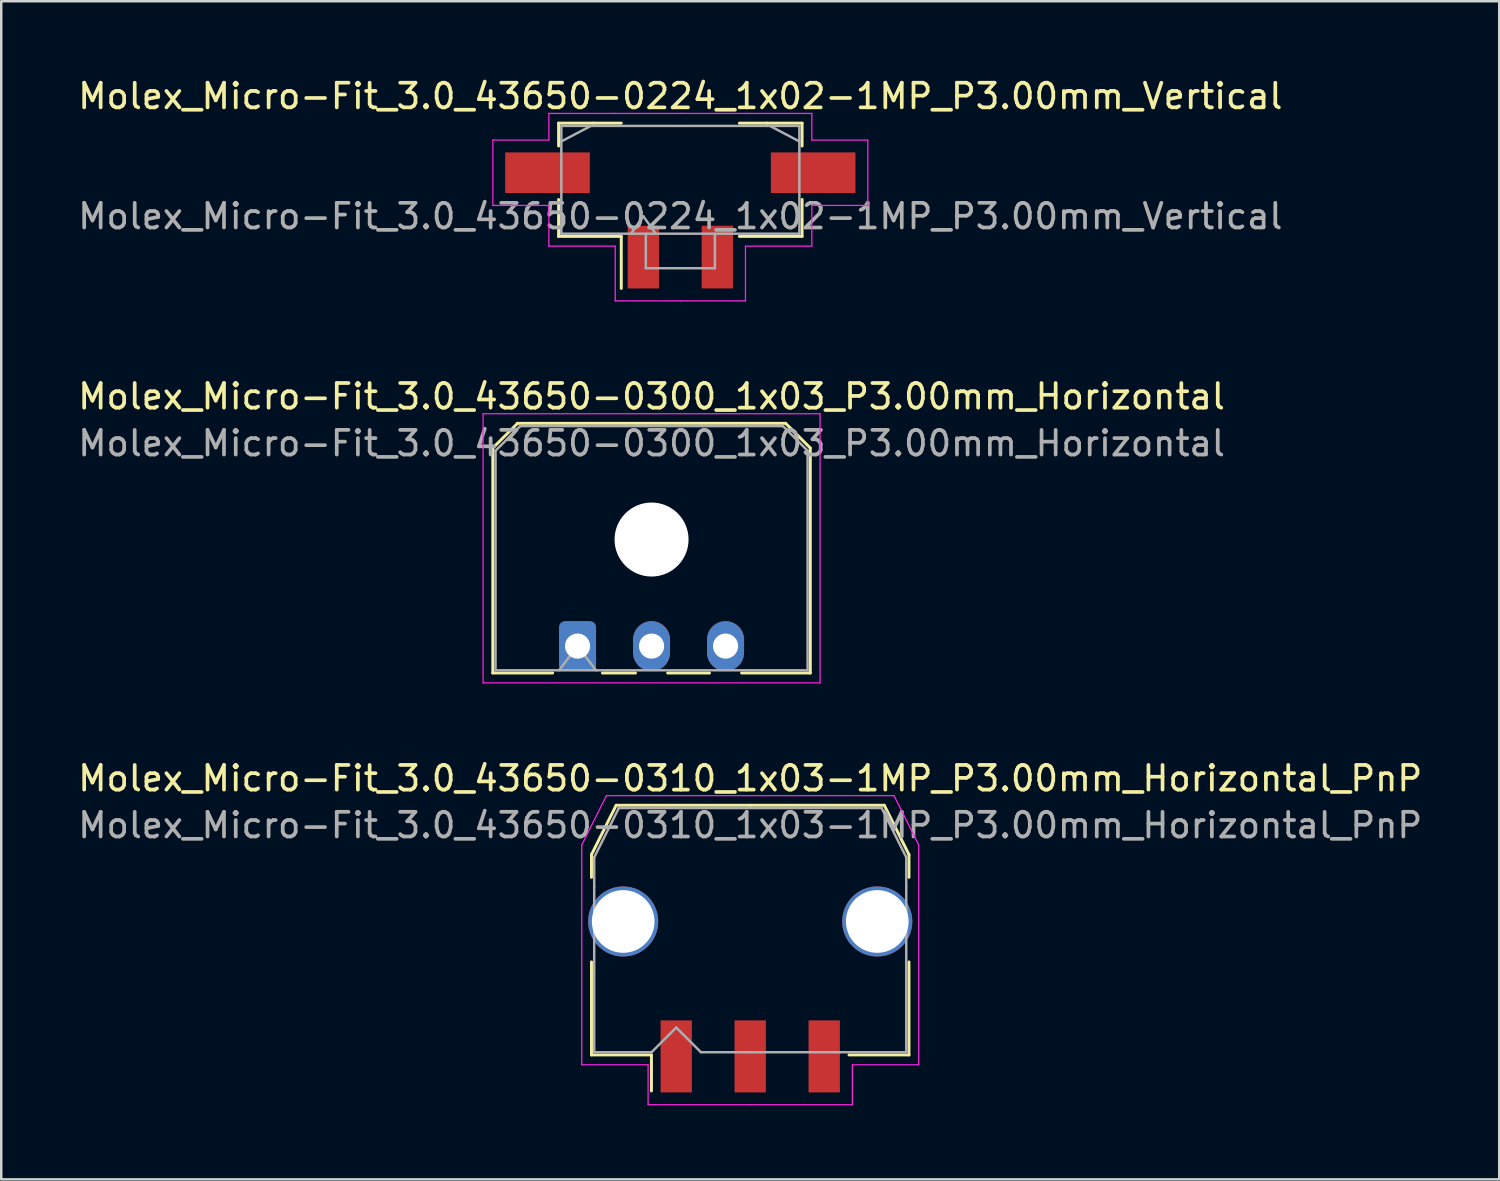
<source format=kicad_pcb>
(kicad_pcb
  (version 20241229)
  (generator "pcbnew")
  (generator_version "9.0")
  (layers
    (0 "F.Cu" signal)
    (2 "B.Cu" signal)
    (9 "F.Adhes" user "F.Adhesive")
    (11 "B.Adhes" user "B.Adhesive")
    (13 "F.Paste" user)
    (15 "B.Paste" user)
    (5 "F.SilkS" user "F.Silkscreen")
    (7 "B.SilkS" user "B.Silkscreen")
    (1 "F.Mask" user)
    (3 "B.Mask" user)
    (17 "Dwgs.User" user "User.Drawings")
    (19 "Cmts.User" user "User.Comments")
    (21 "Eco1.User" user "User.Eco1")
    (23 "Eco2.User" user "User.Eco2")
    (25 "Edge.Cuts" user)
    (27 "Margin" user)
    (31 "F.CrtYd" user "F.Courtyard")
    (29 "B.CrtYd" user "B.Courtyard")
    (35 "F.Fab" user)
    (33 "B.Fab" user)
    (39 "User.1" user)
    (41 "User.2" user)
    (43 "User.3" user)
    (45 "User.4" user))
  (footprint "Molex_Micro-Fit_3.0_43650-0300_1x03_P3.00mm_Horizontal"
    (layer "F.Cu")
    (at 20.363 23.142)
    (property "Reference" "Molex_Micro-Fit_3.0_43650-0300_1x03_P3.00mm_Horizontal" (at 3 -10.12 0) (layer "F.SilkS") (effects (font (size 1 1) (thickness 0.15))))
    (attr through_hole)
    (fp_line (start -3.435 -8.03) (end -2.435 -9.03) (stroke (width 0.12) (type solid)) (layer "F.SilkS"))
    (fp_line (start -3.435 1.09) (end -3.435 -8.03) (stroke (width 0.12) (type solid)) (layer "F.SilkS"))
    (fp_line (start -3.435 1.09) (end -1.01 1.09) (stroke (width 0.12) (type solid)) (layer "F.SilkS"))
    (fp_line (start -2.435 -9.03) (end 8.435 -9.03) (stroke (width 0.12) (type solid)) (layer "F.SilkS"))
    (fp_line (start 1.01 1.09) (end 2.348 1.09) (stroke (width 0.12) (type solid)) (layer "F.SilkS"))
    (fp_line (start 3.652 1.09) (end 5.348 1.09) (stroke (width 0.12) (type solid)) (layer "F.SilkS"))
    (fp_line (start 8.435 -9.03) (end 9.435 -8.03) (stroke (width 0.12) (type solid)) (layer "F.SilkS"))
    (fp_line (start 9.435 -8.03) (end 9.435 1.09) (stroke (width 0.12) (type solid)) (layer "F.SilkS"))
    (fp_line (start 9.435 1.09) (end 6.652 1.09) (stroke (width 0.12) (type solid)) (layer "F.SilkS"))
    (fp_line (start -3.83 -9.42) (end 9.83 -9.42) (stroke (width 0.05) (type solid)) (layer "F.CrtYd"))
    (fp_line (start -3.83 1.49) (end -3.83 -9.42) (stroke (width 0.05) (type solid)) (layer "F.CrtYd"))
    (fp_line (start 9.83 -9.42) (end 9.83 1.49) (stroke (width 0.05) (type solid)) (layer "F.CrtYd"))
    (fp_line (start 9.83 1.49) (end -3.83 1.49) (stroke (width 0.05) (type solid)) (layer "F.CrtYd"))
    (fp_line (start -3.325 -7.92) (end -2.325 -8.92) (stroke (width 0.1) (type solid)) (layer "F.Fab"))
    (fp_line (start -3.325 0.98) (end -3.325 -7.92) (stroke (width 0.1) (type solid)) (layer "F.Fab"))
    (fp_line (start -2.325 -8.92) (end 8.325 -8.92) (stroke (width 0.1) (type solid)) (layer "F.Fab"))
    (fp_line (start -0.75 0.98) (end 0 0) (stroke (width 0.1) (type solid)) (layer "F.Fab"))
    (fp_line (start 0 0) (end 0.75 0.98) (stroke (width 0.1) (type solid)) (layer "F.Fab"))
    (fp_line (start 8.325 -8.92) (end 9.325 -7.92) (stroke (width 0.1) (type solid)) (layer "F.Fab"))
    (fp_line (start 9.325 -7.92) (end 9.325 0.98) (stroke (width 0.1) (type solid)) (layer "F.Fab"))
    (fp_line (start 9.325 0.98) (end -3.325 0.98) (stroke (width 0.1) (type solid)) (layer "F.Fab"))
    (fp_text user "${REFERENCE}" (at 3 -8.22 0) (layer "F.Fab") (effects (font (size 1 1) (thickness 0.15))))
    (pad "" np_thru_hole circle (at 3 -4.32) (size 3 3) (drill 3) (layers "*.Cu" "*.Mask"))
    (pad "1" thru_hole roundrect (at 0 0) (size 1.5 2.02) (drill 1.02) (layers "*.Cu" "*.Mask") (roundrect_rratio 0.167))
    (pad "2" thru_hole oval (at 3 0) (size 1.5 2.02) (drill 1.02) (layers "*.Cu" "*.Mask"))
    (pad "3" thru_hole oval (at 6 0) (size 1.5 2.02) (drill 1.02) (layers "*.Cu" "*.Mask")))
  (footprint "Molex_Micro-Fit_3.0_43650-0224_1x02-1MP_P3.00mm_Vertical"
    (layer "F.Cu")
    (at 24.53 4.238)
    (property "Reference" "Molex_Micro-Fit_3.0_43650-0224_1x02-1MP_P3.00mm_Vertical" (at 0 -3.39 0) (layer "F.SilkS") (effects (font (size 1 1) (thickness 0.15))))
    (attr smd)
    (fp_line (start -4.935 -2.295) (end -3.515 -2.295) (stroke (width 0.12) (type solid)) (layer "F.SilkS"))
    (fp_line (start -4.935 -1.37) (end -4.935 -2.295) (stroke (width 0.12) (type solid)) (layer "F.SilkS"))
    (fp_line (start -4.935 0.8) (end -4.935 2.295) (stroke (width 0.12) (type solid)) (layer "F.SilkS"))
    (fp_line (start -4.935 2.295) (end -2.395 2.295) (stroke (width 0.12) (type solid)) (layer "F.SilkS"))
    (fp_line (start -3.515 -2.295) (end -2.395 -2.295) (stroke (width 0.12) (type solid)) (layer "F.SilkS"))
    (fp_line (start -2.395 2.295) (end -2.395 4.405) (stroke (width 0.12) (type solid)) (layer "F.SilkS"))
    (fp_line (start 3.515 -2.295) (end 2.395 -2.295) (stroke (width 0.12) (type solid)) (layer "F.SilkS"))
    (fp_line (start 4.935 -2.295) (end 3.515 -2.295) (stroke (width 0.12) (type solid)) (layer "F.SilkS"))
    (fp_line (start 4.935 -1.37) (end 4.935 -2.295) (stroke (width 0.12) (type solid)) (layer "F.SilkS"))
    (fp_line (start 4.935 0.8) (end 4.935 2.295) (stroke (width 0.12) (type solid)) (layer "F.SilkS"))
    (fp_line (start 4.935 2.295) (end 2.395 2.295) (stroke (width 0.12) (type solid)) (layer "F.SilkS"))
    (fp_line (start -7.6 -1.61) (end -7.6 1.04) (stroke (width 0.05) (type solid)) (layer "F.CrtYd"))
    (fp_line (start -7.6 1.04) (end -5.33 1.04) (stroke (width 0.05) (type solid)) (layer "F.CrtYd"))
    (fp_line (start -5.33 -2.69) (end -5.33 -1.61) (stroke (width 0.05) (type solid)) (layer "F.CrtYd"))
    (fp_line (start -5.33 -1.61) (end -7.6 -1.61) (stroke (width 0.05) (type solid)) (layer "F.CrtYd"))
    (fp_line (start -5.33 1.04) (end -5.33 2.69) (stroke (width 0.05) (type solid)) (layer "F.CrtYd"))
    (fp_line (start -5.33 2.69) (end -2.64 2.69) (stroke (width 0.05) (type solid)) (layer "F.CrtYd"))
    (fp_line (start -2.64 -2.69) (end -5.33 -2.69) (stroke (width 0.05) (type solid)) (layer "F.CrtYd"))
    (fp_line (start -2.64 2.69) (end -2.64 4.91) (stroke (width 0.05) (type solid)) (layer "F.CrtYd"))
    (fp_line (start -2.64 4.91) (end 0 4.91) (stroke (width 0.05) (type solid)) (layer "F.CrtYd"))
    (fp_line (start 0 -2.69) (end -2.64 -2.69) (stroke (width 0.05) (type solid)) (layer "F.CrtYd"))
    (fp_line (start 0 -2.69) (end 2.64 -2.69) (stroke (width 0.05) (type solid)) (layer "F.CrtYd"))
    (fp_line (start 2.64 -2.69) (end 5.33 -2.69) (stroke (width 0.05) (type solid)) (layer "F.CrtYd"))
    (fp_line (start 2.64 2.69) (end 2.64 4.91) (stroke (width 0.05) (type solid)) (layer "F.CrtYd"))
    (fp_line (start 2.64 4.91) (end 0 4.91) (stroke (width 0.05) (type solid)) (layer "F.CrtYd"))
    (fp_line (start 5.33 -2.69) (end 5.33 -1.61) (stroke (width 0.05) (type solid)) (layer "F.CrtYd"))
    (fp_line (start 5.33 -1.61) (end 7.6 -1.61) (stroke (width 0.05) (type solid)) (layer "F.CrtYd"))
    (fp_line (start 5.33 1.04) (end 5.33 2.69) (stroke (width 0.05) (type solid)) (layer "F.CrtYd"))
    (fp_line (start 5.33 2.69) (end 2.64 2.69) (stroke (width 0.05) (type solid)) (layer "F.CrtYd"))
    (fp_line (start 7.6 -1.61) (end 7.6 1.04) (stroke (width 0.05) (type solid)) (layer "F.CrtYd"))
    (fp_line (start 7.6 1.04) (end 5.33 1.04) (stroke (width 0.05) (type solid)) (layer "F.CrtYd"))
    (fp_line (start -4.825 -2.185) (end -4.825 2.185) (stroke (width 0.1) (type solid)) (layer "F.Fab"))
    (fp_line (start -4.825 -1.555) (end -3.625 -2.185) (stroke (width 0.1) (type solid)) (layer "F.Fab"))
    (fp_line (start -4.825 2.185) (end 4.825 2.185) (stroke (width 0.1) (type solid)) (layer "F.Fab"))
    (fp_line (start -3.625 -2.185) (end -4.825 -2.185) (stroke (width 0.1) (type solid)) (layer "F.Fab"))
    (fp_line (start -2 2.185) (end -1.5 1.478) (stroke (width 0.1) (type solid)) (layer "F.Fab"))
    (fp_line (start -1.5 1.478) (end -1 2.185) (stroke (width 0.1) (type solid)) (layer "F.Fab"))
    (fp_line (start -1.4 2.185) (end -1.4 3.585) (stroke (width 0.1) (type solid)) (layer "F.Fab"))
    (fp_line (start -1.4 3.585) (end 1.4 3.585) (stroke (width 0.1) (type solid)) (layer "F.Fab"))
    (fp_line (start 1.4 3.585) (end 1.4 2.185) (stroke (width 0.1) (type solid)) (layer "F.Fab"))
    (fp_line (start 3.625 -2.185) (end -3.625 -2.185) (stroke (width 0.1) (type solid)) (layer "F.Fab"))
    (fp_line (start 4.825 -2.185) (end 3.625 -2.185) (stroke (width 0.1) (type solid)) (layer "F.Fab"))
    (fp_line (start 4.825 -1.555) (end 3.625 -2.185) (stroke (width 0.1) (type solid)) (layer "F.Fab"))
    (fp_line (start 4.825 2.185) (end 4.825 -2.185) (stroke (width 0.1) (type solid)) (layer "F.Fab"))
    (fp_text user "${REFERENCE}" (at 0 1.48 0) (layer "F.Fab") (effects (font (size 1 1) (thickness 0.15))))
    (pad "1" smd rect (at -1.5 3.135) (size 1.27 2.54) (layers "F.Cu" "F.Mask" "F.Paste"))
    (pad "2" smd rect (at 1.5 3.135) (size 1.27 2.54) (layers "F.Cu" "F.Mask" "F.Paste"))
    (pad "MP" smd rect (at -5.385 -0.285) (size 3.43 1.65) (layers "F.Cu" "F.Mask" "F.Paste"))
    (pad "MP" smd rect (at 5.385 -0.285) (size 3.43 1.65) (layers "F.Cu" "F.Mask" "F.Paste")))
  (footprint "Molex_Micro-Fit_3.0_43650-0310_1x03-1MP_P3.00mm_Horizontal_PnP"
    (layer "F.Cu")
    (at 27.363 34.655)
    (property "Reference" "Molex_Micro-Fit_3.0_43650-0310_1x03-1MP_P3.00mm_Horizontal_PnP" (at 0 -6.15 0) (layer "F.SilkS") (effects (font (size 1 1) (thickness 0.15))))
    (attr smd)
    (fp_line (start -6.435 -3.06) (end -6.435 -2.14) (stroke (width 0.12) (type solid)) (layer "F.SilkS"))
    (fp_line (start -6.435 1.29) (end -6.435 5.06) (stroke (width 0.12) (type solid)) (layer "F.SilkS"))
    (fp_line (start -6.435 5.06) (end -4.005 5.06) (stroke (width 0.12) (type solid)) (layer "F.SilkS"))
    (fp_line (start -5.435 -5.06) (end -6.435 -3.06) (stroke (width 0.12) (type solid)) (layer "F.SilkS"))
    (fp_line (start -4.005 5.06) (end -4.005 6.52) (stroke (width 0.12) (type solid)) (layer "F.SilkS"))
    (fp_line (start 0 -5.06) (end -5.435 -5.06) (stroke (width 0.12) (type solid)) (layer "F.SilkS"))
    (fp_line (start 0 -5.06) (end 5.435 -5.06) (stroke (width 0.12) (type solid)) (layer "F.SilkS"))
    (fp_line (start 5.435 -5.06) (end 6.435 -3.06) (stroke (width 0.12) (type solid)) (layer "F.SilkS"))
    (fp_line (start 6.435 -3.06) (end 6.435 -2.14) (stroke (width 0.12) (type solid)) (layer "F.SilkS"))
    (fp_line (start 6.435 1.29) (end 6.435 5.06) (stroke (width 0.12) (type solid)) (layer "F.SilkS"))
    (fp_line (start 6.435 5.06) (end 4.005 5.06) (stroke (width 0.12) (type solid)) (layer "F.SilkS"))
    (fp_line (start -6.83 -3.45) (end -6.83 -2.27) (stroke (width 0.05) (type solid)) (layer "F.CrtYd"))
    (fp_line (start -6.83 -2.27) (end -6.83 5.46) (stroke (width 0.05) (type solid)) (layer "F.CrtYd"))
    (fp_line (start -6.83 5.46) (end -4.14 5.46) (stroke (width 0.05) (type solid)) (layer "F.CrtYd"))
    (fp_line (start -5.83 -5.45) (end -6.83 -3.45) (stroke (width 0.05) (type solid)) (layer "F.CrtYd"))
    (fp_line (start -4.14 5.46) (end -4.14 7.08) (stroke (width 0.05) (type solid)) (layer "F.CrtYd"))
    (fp_line (start -4.14 7.08) (end 0 7.08) (stroke (width 0.05) (type solid)) (layer "F.CrtYd"))
    (fp_line (start 0 -5.45) (end -5.83 -5.45) (stroke (width 0.05) (type solid)) (layer "F.CrtYd"))
    (fp_line (start 0 -5.45) (end 5.83 -5.45) (stroke (width 0.05) (type solid)) (layer "F.CrtYd"))
    (fp_line (start 4.14 5.46) (end 4.14 7.08) (stroke (width 0.05) (type solid)) (layer "F.CrtYd"))
    (fp_line (start 4.14 7.08) (end 0 7.08) (stroke (width 0.05) (type solid)) (layer "F.CrtYd"))
    (fp_line (start 5.83 -5.45) (end 6.83 -3.45) (stroke (width 0.05) (type solid)) (layer "F.CrtYd"))
    (fp_line (start 6.83 -3.45) (end 6.83 -2.27) (stroke (width 0.05) (type solid)) (layer "F.CrtYd"))
    (fp_line (start 6.83 -2.27) (end 6.83 5.46) (stroke (width 0.05) (type solid)) (layer "F.CrtYd"))
    (fp_line (start 6.83 5.46) (end 4.14 5.46) (stroke (width 0.05) (type solid)) (layer "F.CrtYd"))
    (fp_line (start -6.325 -2.95) (end -6.325 -1.77) (stroke (width 0.1) (type solid)) (layer "F.Fab"))
    (fp_line (start -6.325 -1.77) (end -6.325 4.95) (stroke (width 0.1) (type solid)) (layer "F.Fab"))
    (fp_line (start -6.325 4.95) (end -4 4.95) (stroke (width 0.1) (type solid)) (layer "F.Fab"))
    (fp_line (start -5.325 -4.95) (end -6.325 -2.95) (stroke (width 0.1) (type solid)) (layer "F.Fab"))
    (fp_line (start -4 4.95) (end -3 3.95) (stroke (width 0.1) (type solid)) (layer "F.Fab"))
    (fp_line (start -3 3.95) (end -2 4.95) (stroke (width 0.1) (type solid)) (layer "F.Fab"))
    (fp_line (start -2 4.95) (end 0 4.95) (stroke (width 0.1) (type solid)) (layer "F.Fab"))
    (fp_line (start 0 -4.95) (end -5.325 -4.95) (stroke (width 0.1) (type solid)) (layer "F.Fab"))
    (fp_line (start 0 -4.95) (end 5.325 -4.95) (stroke (width 0.1) (type solid)) (layer "F.Fab"))
    (fp_line (start 3.635 4.95) (end 0 4.95) (stroke (width 0.1) (type solid)) (layer "F.Fab"))
    (fp_line (start 5.325 -4.95) (end 6.325 -2.95) (stroke (width 0.1) (type solid)) (layer "F.Fab"))
    (fp_line (start 6.325 -2.95) (end 6.325 -1.77) (stroke (width 0.1) (type solid)) (layer "F.Fab"))
    (fp_line (start 6.325 -1.77) (end 6.325 4.95) (stroke (width 0.1) (type solid)) (layer "F.Fab"))
    (fp_line (start 6.325 4.95) (end 3.635 4.95) (stroke (width 0.1) (type solid)) (layer "F.Fab"))
    (fp_text user "${REFERENCE}" (at 0 -4.25 0) (layer "F.Fab") (effects (font (size 1 1) (thickness 0.15))))
    (pad "1" smd rect (at -3 5.12) (size 1.27 2.92) (layers "F.Cu" "F.Mask" "F.Paste"))
    (pad "2" smd rect (at 0 5.12) (size 1.27 2.92) (layers "F.Cu" "F.Mask" "F.Paste"))
    (pad "3" smd rect (at 3 5.12) (size 1.27 2.92) (layers "F.Cu" "F.Mask" "F.Paste"))
    (pad "MP" thru_hole circle (at -5.15 -0.35) (size 2.84 2.84) (drill 2.54) (property pad_prop_heatsink) (layers "*.Cu" "*.Mask"))
    (pad "MP" thru_hole circle (at 5.15 -0.35) (size 2.84 2.84) (drill 2.54) (property pad_prop_heatsink) (layers "*.Cu" "*.Mask")))
  (gr_rect
    (start -3 -3)
    (end 57.726 44.76)
    (stroke (width 0.1) (type default))
    (fill no)
    (layer "Edge.Cuts")))
</source>
